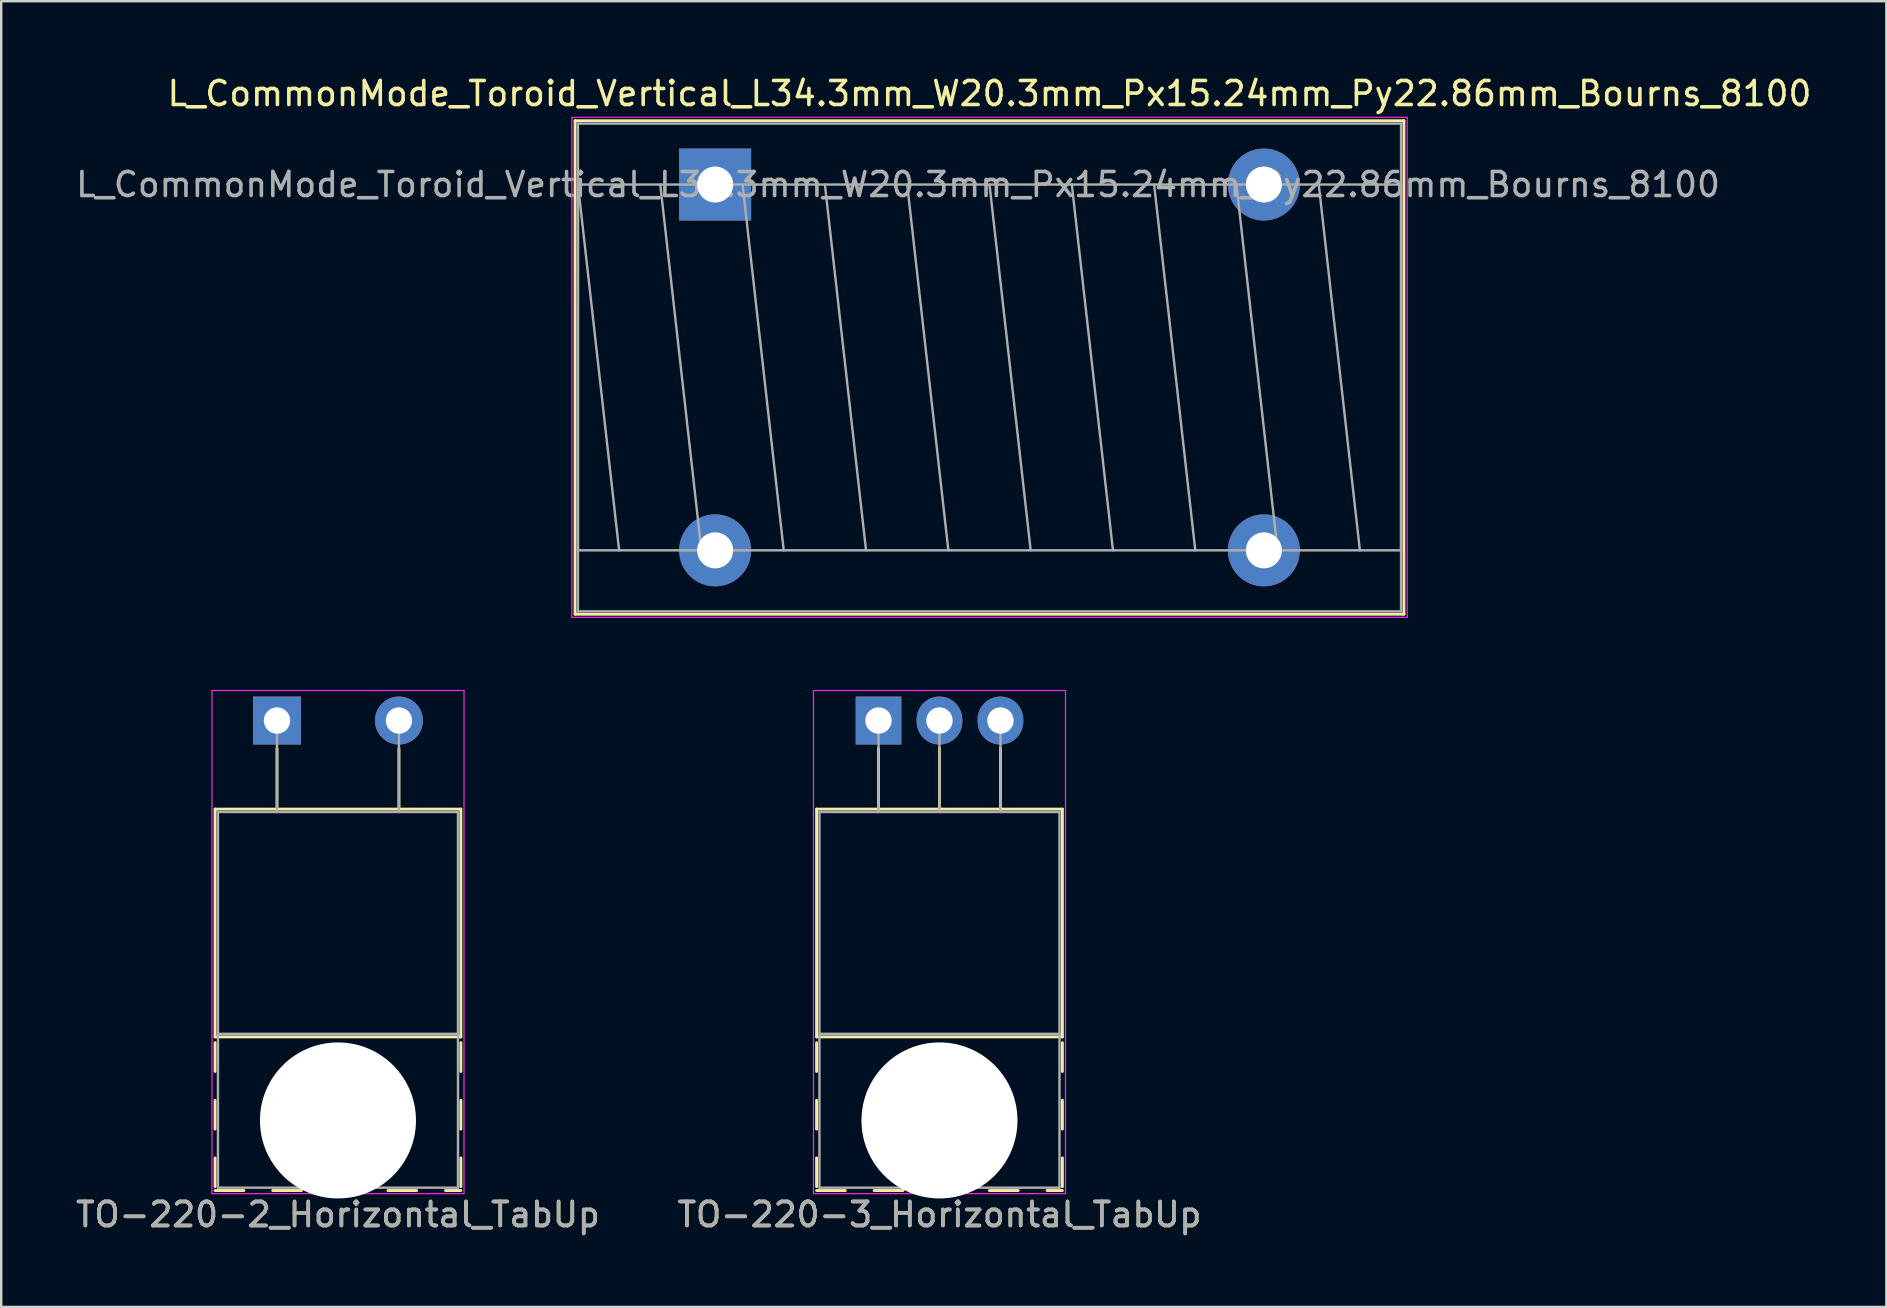
<source format=kicad_pcb>
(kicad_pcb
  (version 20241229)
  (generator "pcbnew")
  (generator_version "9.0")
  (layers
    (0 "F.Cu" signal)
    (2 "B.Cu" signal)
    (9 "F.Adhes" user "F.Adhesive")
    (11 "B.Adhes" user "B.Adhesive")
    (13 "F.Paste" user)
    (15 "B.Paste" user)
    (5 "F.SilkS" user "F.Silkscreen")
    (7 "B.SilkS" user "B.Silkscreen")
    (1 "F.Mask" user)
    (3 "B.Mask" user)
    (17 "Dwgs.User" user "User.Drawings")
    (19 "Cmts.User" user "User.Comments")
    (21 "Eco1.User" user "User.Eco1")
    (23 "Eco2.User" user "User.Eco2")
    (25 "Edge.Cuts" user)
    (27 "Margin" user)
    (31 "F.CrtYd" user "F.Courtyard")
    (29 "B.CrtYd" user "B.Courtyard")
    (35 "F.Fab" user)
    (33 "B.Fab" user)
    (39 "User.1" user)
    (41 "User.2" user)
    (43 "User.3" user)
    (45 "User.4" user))
  (footprint "L_CommonMode_Toroid_Vertical_L34.3mm_W20.3mm_Px15.24mm_Py22.86mm_Bourns_8100"
    (layer "F.Cu")
    (at 26.743 4.638)
    (property "Reference" "L_CommonMode_Toroid_Vertical_L34.3mm_W20.3mm_Px15.24mm_Py22.86mm_Bourns_8100" (at 11.43 -3.79 0) (layer "F.SilkS") (effects (font (size 1 1) (thickness 0.15))))
    (attr through_hole)
    (fp_line (start -5.835 -2.66) (end -5.835 17.9) (stroke (width 0.12) (type solid)) (layer "F.SilkS"))
    (fp_line (start -5.835 -2.66) (end 28.695 -2.66) (stroke (width 0.12) (type solid)) (layer "F.SilkS"))
    (fp_line (start -5.835 17.9) (end 28.695 17.9) (stroke (width 0.12) (type solid)) (layer "F.SilkS"))
    (fp_line (start 28.695 -2.66) (end 28.695 17.9) (stroke (width 0.12) (type solid)) (layer "F.SilkS"))
    (fp_line (start -5.97 -2.8) (end -5.97 18.03) (stroke (width 0.05) (type solid)) (layer "F.CrtYd"))
    (fp_line (start -5.97 18.03) (end 28.83 18.03) (stroke (width 0.05) (type solid)) (layer "F.CrtYd"))
    (fp_line (start 28.83 -2.8) (end -5.97 -2.8) (stroke (width 0.05) (type solid)) (layer "F.CrtYd"))
    (fp_line (start 28.83 18.03) (end 28.83 -2.8) (stroke (width 0.05) (type solid)) (layer "F.CrtYd"))
    (fp_line (start -5.715 -2.54) (end -5.715 17.78) (stroke (width 0.1) (type solid)) (layer "F.Fab"))
    (fp_line (start -5.715 0) (end -5.715 15.24) (stroke (width 0.1) (type solid)) (layer "F.Fab"))
    (fp_line (start -5.715 0) (end -4 15.24) (stroke (width 0.1) (type solid)) (layer "F.Fab"))
    (fp_line (start -5.715 15.24) (end 28.575 15.24) (stroke (width 0.1) (type solid)) (layer "F.Fab"))
    (fp_line (start -5.715 17.78) (end 28.575 17.78) (stroke (width 0.1) (type solid)) (layer "F.Fab"))
    (fp_line (start -2.286 0) (end -0.572 15.24) (stroke (width 0.1) (type solid)) (layer "F.Fab"))
    (fp_line (start 1.143 0) (end 2.857 15.24) (stroke (width 0.1) (type solid)) (layer "F.Fab"))
    (fp_line (start 4.572 0) (end 6.287 15.24) (stroke (width 0.1) (type solid)) (layer "F.Fab"))
    (fp_line (start 8.001 0) (end 9.716 15.24) (stroke (width 0.1) (type solid)) (layer "F.Fab"))
    (fp_line (start 11.43 0) (end 13.145 15.24) (stroke (width 0.1) (type solid)) (layer "F.Fab"))
    (fp_line (start 14.859 0) (end 16.573 15.24) (stroke (width 0.1) (type solid)) (layer "F.Fab"))
    (fp_line (start 18.288 0) (end 20.003 15.24) (stroke (width 0.1) (type solid)) (layer "F.Fab"))
    (fp_line (start 21.717 0) (end 23.431 15.24) (stroke (width 0.1) (type solid)) (layer "F.Fab"))
    (fp_line (start 25.146 0) (end 26.86 15.24) (stroke (width 0.1) (type solid)) (layer "F.Fab"))
    (fp_line (start 28.575 -2.54) (end -5.715 -2.54) (stroke (width 0.1) (type solid)) (layer "F.Fab"))
    (fp_line (start 28.575 0) (end -5.715 0) (stroke (width 0.1) (type solid)) (layer "F.Fab"))
    (fp_line (start 28.575 15.24) (end 28.575 0) (stroke (width 0.1) (type solid)) (layer "F.Fab"))
    (fp_line (start 28.575 17.78) (end 28.575 -2.54) (stroke (width 0.1) (type solid)) (layer "F.Fab"))
    (fp_text user "${REFERENCE}" (at 7.62 0 0) (layer "F.Fab") (effects (font (size 1 1) (thickness 0.15))))
    (pad "1" thru_hole rect (at 0 0) (size 3 3) (drill 1.5) (layers "*.Cu" "*.Mask"))
    (pad "2" thru_hole circle (at 22.86 0) (size 3 3) (drill 1.5) (layers "*.Cu" "*.Mask"))
    (pad "3" thru_hole circle (at 0 15.24) (size 3 3) (drill 1.5) (layers "*.Cu" "*.Mask"))
    (pad "4" thru_hole circle (at 22.86 15.24) (size 3 3) (drill 1.5) (layers "*.Cu" "*.Mask")))
  (footprint "TO-220-3_Horizontal_TabUp"
    (layer "F.Cu")
    (at 33.549 26.968)
    (property "Reference" "TO-220-3_Horizontal_TabUp" (at 2.54 20.58 0) (layer "F.SilkS") (effects (font (size 1 1) (thickness 0.15))))
    (attr through_hole)
    (fp_line (start -2.58 3.69) (end -2.58 13.18) (stroke (width 0.12) (type solid)) (layer "F.SilkS"))
    (fp_line (start -2.58 3.69) (end 7.66 3.69) (stroke (width 0.12) (type solid)) (layer "F.SilkS"))
    (fp_line (start -2.58 13.18) (end 7.66 13.18) (stroke (width 0.12) (type solid)) (layer "F.SilkS"))
    (fp_line (start -2.58 13.42) (end -2.58 14.62) (stroke (width 0.12) (type solid)) (layer "F.SilkS"))
    (fp_line (start -2.58 15.82) (end -2.58 17.02) (stroke (width 0.12) (type solid)) (layer "F.SilkS"))
    (fp_line (start -2.58 18.22) (end -2.58 19.42) (stroke (width 0.12) (type solid)) (layer "F.SilkS"))
    (fp_line (start -2.58 19.58) (end -1.38 19.58) (stroke (width 0.12) (type solid)) (layer "F.SilkS"))
    (fp_line (start -0.181 19.58) (end 1.02 19.58) (stroke (width 0.12) (type solid)) (layer "F.SilkS"))
    (fp_line (start 0 1.15) (end 0 3.69) (stroke (width 0.12) (type solid)) (layer "F.SilkS"))
    (fp_line (start 2.22 19.58) (end 3.42 19.58) (stroke (width 0.12) (type solid)) (layer "F.SilkS"))
    (fp_line (start 2.54 1.15) (end 2.54 3.69) (stroke (width 0.12) (type solid)) (layer "F.SilkS"))
    (fp_line (start 4.62 19.58) (end 5.82 19.58) (stroke (width 0.12) (type solid)) (layer "F.SilkS"))
    (fp_line (start 5.08 1.15) (end 5.08 3.69) (stroke (width 0.12) (type solid)) (layer "F.SilkS"))
    (fp_line (start 7.02 19.58) (end 7.66 19.58) (stroke (width 0.12) (type solid)) (layer "F.SilkS"))
    (fp_line (start 7.66 3.69) (end 7.66 13.18) (stroke (width 0.12) (type solid)) (layer "F.SilkS"))
    (fp_line (start 7.66 13.42) (end 7.66 14.62) (stroke (width 0.12) (type solid)) (layer "F.SilkS"))
    (fp_line (start 7.66 15.82) (end 7.66 17.02) (stroke (width 0.12) (type solid)) (layer "F.SilkS"))
    (fp_line (start 7.66 18.22) (end 7.66 19.42) (stroke (width 0.12) (type solid)) (layer "F.SilkS"))
    (fp_line (start -2.71 -1.25) (end -2.71 19.71) (stroke (width 0.05) (type solid)) (layer "F.CrtYd"))
    (fp_line (start -2.71 19.71) (end 7.79 19.71) (stroke (width 0.05) (type solid)) (layer "F.CrtYd"))
    (fp_line (start 7.79 -1.25) (end -2.71 -1.25) (stroke (width 0.05) (type solid)) (layer "F.CrtYd"))
    (fp_line (start 7.79 19.71) (end 7.79 -1.25) (stroke (width 0.05) (type solid)) (layer "F.CrtYd"))
    (fp_line (start -2.46 3.81) (end -2.46 13.06) (stroke (width 0.1) (type solid)) (layer "F.Fab"))
    (fp_line (start -2.46 13.06) (end -2.46 19.46) (stroke (width 0.1) (type solid)) (layer "F.Fab"))
    (fp_line (start -2.46 13.06) (end 7.54 13.06) (stroke (width 0.1) (type solid)) (layer "F.Fab"))
    (fp_line (start -2.46 19.46) (end 7.54 19.46) (stroke (width 0.1) (type solid)) (layer "F.Fab"))
    (fp_line (start 0 3.81) (end 0 0) (stroke (width 0.1) (type solid)) (layer "F.Fab"))
    (fp_line (start 2.54 3.81) (end 2.54 0) (stroke (width 0.1) (type solid)) (layer "F.Fab"))
    (fp_line (start 5.08 3.81) (end 5.08 0) (stroke (width 0.1) (type solid)) (layer "F.Fab"))
    (fp_line (start 7.54 3.81) (end -2.46 3.81) (stroke (width 0.1) (type solid)) (layer "F.Fab"))
    (fp_line (start 7.54 13.06) (end -2.46 13.06) (stroke (width 0.1) (type solid)) (layer "F.Fab"))
    (fp_line (start 7.54 13.06) (end 7.54 3.81) (stroke (width 0.1) (type solid)) (layer "F.Fab"))
    (fp_line (start 7.54 19.46) (end 7.54 13.06) (stroke (width 0.1) (type solid)) (layer "F.Fab"))
    (fp_circle (center 2.54 16.66) (end 4.39 16.66) (stroke (width 0.1) (type solid)) (fill no) (layer "F.Fab"))
    (fp_text user "${REFERENCE}" (at 2.54 20.58 0) (layer "F.Fab") (effects (font (size 1 1) (thickness 0.15))))
    (pad "" np_thru_hole circle (at 2.54 16.66) (size 6.5 6.5) (drill 6.5) (layers "*.Cu" "*.Mask"))
    (pad "1" thru_hole rect (at 0 0) (size 1.905 2) (drill 1.1) (layers "*.Cu" "*.Mask"))
    (pad "2" thru_hole oval (at 2.54 0) (size 1.905 2) (drill 1.1) (layers "*.Cu" "*.Mask"))
    (pad "3" thru_hole oval (at 5.08 0) (size 1.905 2) (drill 1.1) (layers "*.Cu" "*.Mask")))
  (footprint "TO-220-2_Horizontal_TabUp"
    (layer "F.Cu")
    (at 8.49 26.968)
    (property "Reference" "TO-220-2_Horizontal_TabUp" (at 2.54 20.58 0) (layer "F.SilkS") (effects (font (size 1 1) (thickness 0.15))))
    (attr through_hole)
    (fp_line (start -2.58 3.69) (end -2.58 13.18) (stroke (width 0.12) (type solid)) (layer "F.SilkS"))
    (fp_line (start -2.58 3.69) (end 7.66 3.69) (stroke (width 0.12) (type solid)) (layer "F.SilkS"))
    (fp_line (start -2.58 13.18) (end 7.66 13.18) (stroke (width 0.12) (type solid)) (layer "F.SilkS"))
    (fp_line (start -2.58 13.42) (end -2.58 14.62) (stroke (width 0.12) (type solid)) (layer "F.SilkS"))
    (fp_line (start -2.58 15.82) (end -2.58 17.02) (stroke (width 0.12) (type solid)) (layer "F.SilkS"))
    (fp_line (start -2.58 18.22) (end -2.58 19.42) (stroke (width 0.12) (type solid)) (layer "F.SilkS"))
    (fp_line (start -2.58 19.58) (end -1.38 19.58) (stroke (width 0.12) (type solid)) (layer "F.SilkS"))
    (fp_line (start -0.181 19.58) (end 1.02 19.58) (stroke (width 0.12) (type solid)) (layer "F.SilkS"))
    (fp_line (start 0 1.15) (end 0 3.69) (stroke (width 0.12) (type solid)) (layer "F.SilkS"))
    (fp_line (start 2.22 19.58) (end 3.42 19.58) (stroke (width 0.12) (type solid)) (layer "F.SilkS"))
    (fp_line (start 4.62 19.58) (end 5.82 19.58) (stroke (width 0.12) (type solid)) (layer "F.SilkS"))
    (fp_line (start 5.08 1.165) (end 5.08 3.69) (stroke (width 0.12) (type solid)) (layer "F.SilkS"))
    (fp_line (start 7.02 19.58) (end 7.66 19.58) (stroke (width 0.12) (type solid)) (layer "F.SilkS"))
    (fp_line (start 7.66 3.69) (end 7.66 13.18) (stroke (width 0.12) (type solid)) (layer "F.SilkS"))
    (fp_line (start 7.66 13.42) (end 7.66 14.62) (stroke (width 0.12) (type solid)) (layer "F.SilkS"))
    (fp_line (start 7.66 15.82) (end 7.66 17.02) (stroke (width 0.12) (type solid)) (layer "F.SilkS"))
    (fp_line (start 7.66 18.22) (end 7.66 19.42) (stroke (width 0.12) (type solid)) (layer "F.SilkS"))
    (fp_line (start -2.71 -1.25) (end -2.71 19.71) (stroke (width 0.05) (type solid)) (layer "F.CrtYd"))
    (fp_line (start -2.71 19.71) (end 7.79 19.71) (stroke (width 0.05) (type solid)) (layer "F.CrtYd"))
    (fp_line (start 7.79 -1.25) (end -2.71 -1.25) (stroke (width 0.05) (type solid)) (layer "F.CrtYd"))
    (fp_line (start 7.79 19.71) (end 7.79 -1.25) (stroke (width 0.05) (type solid)) (layer "F.CrtYd"))
    (fp_line (start -2.46 3.81) (end -2.46 13.06) (stroke (width 0.1) (type solid)) (layer "F.Fab"))
    (fp_line (start -2.46 13.06) (end -2.46 19.46) (stroke (width 0.1) (type solid)) (layer "F.Fab"))
    (fp_line (start -2.46 13.06) (end 7.54 13.06) (stroke (width 0.1) (type solid)) (layer "F.Fab"))
    (fp_line (start -2.46 19.46) (end 7.54 19.46) (stroke (width 0.1) (type solid)) (layer "F.Fab"))
    (fp_line (start 0 3.81) (end 0 0) (stroke (width 0.1) (type solid)) (layer "F.Fab"))
    (fp_line (start 5.08 3.81) (end 5.08 0) (stroke (width 0.1) (type solid)) (layer "F.Fab"))
    (fp_line (start 7.54 3.81) (end -2.46 3.81) (stroke (width 0.1) (type solid)) (layer "F.Fab"))
    (fp_line (start 7.54 13.06) (end -2.46 13.06) (stroke (width 0.1) (type solid)) (layer "F.Fab"))
    (fp_line (start 7.54 13.06) (end 7.54 3.81) (stroke (width 0.1) (type solid)) (layer "F.Fab"))
    (fp_line (start 7.54 19.46) (end 7.54 13.06) (stroke (width 0.1) (type solid)) (layer "F.Fab"))
    (fp_circle (center 2.54 16.66) (end 4.39 16.66) (stroke (width 0.1) (type solid)) (fill no) (layer "F.Fab"))
    (fp_text user "${REFERENCE}" (at 2.54 20.58 0) (layer "F.Fab") (effects (font (size 1 1) (thickness 0.15))))
    (pad "" np_thru_hole circle (at 2.54 16.66) (size 6.5 6.5) (drill 6.5) (layers "*.Cu" "*.Mask"))
    (pad "1" thru_hole rect (at 0 0) (size 2 2) (drill 1.1) (layers "*.Cu" "*.Mask"))
    (pad "2" thru_hole oval (at 5.08 0) (size 2 2) (drill 1.1) (layers "*.Cu" "*.Mask")))
  (gr_rect
    (start -3 -3)
    (end 75.536 51.397)
    (stroke (width 0.1) (type default))
    (fill no)
    (layer "Edge.Cuts")))
</source>
